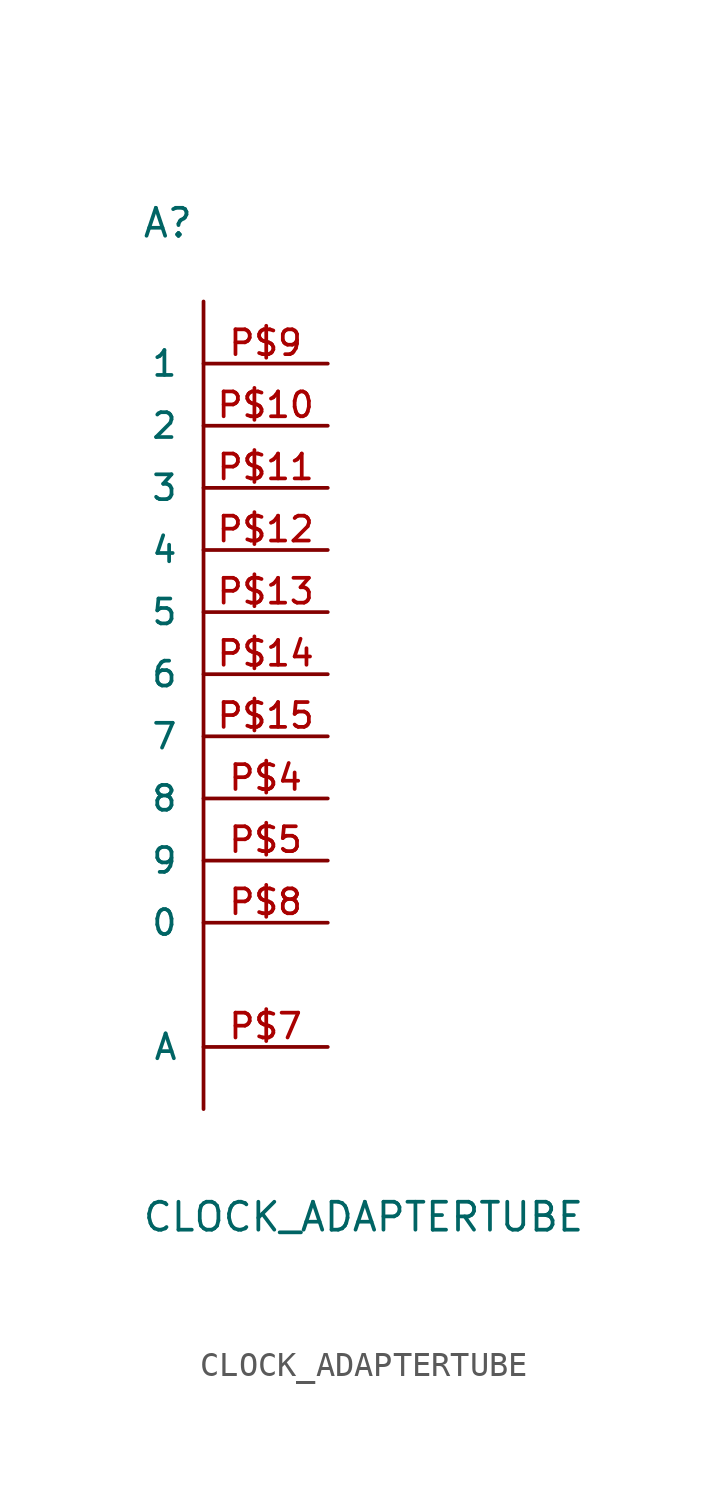
<source format=kicad_sym>
(kicad_symbol_lib
  (version 20211014)
  (generator kicad_symbol_editor)
  (symbol "CLOCK_ADAPTERTUBE"
    (pin_names
      (offset 1.016))
    (property "Reference" "A"
      (at -2.54 17.78 0)
      (effects (font (size 1.143 1.143)) (justify left bottom)))
    (property "Value" "CLOCK_ADAPTERTUBE"
      (at -2.54 -22.86 0)
      (effects (font (size 1.143 1.143)) (justify left bottom)))
    (property "ki_locked" ""
      (at 0 0 0)
      (effects (font (size 1.27 1.27))))
    (symbol "CLOCK_ADAPTERTUBE_1_0"
      (polyline (pts (xy 0 15.24) (xy 0 -17.78)) (stroke (width 0) (type default) (color 0 0 0 0)) (fill (type none))))
    (symbol "CLOCK_ADAPTERTUBE_1_1"
      (pin passive line (at 5.08 10.16 180) (length 5.08) (name "2" (effects (font (size 1.016 1.016)))) (number "P$10" (effects (font (size 1.016 1.016)))))
      (pin passive line (at 5.08 7.62 180) (length 5.08) (name "3" (effects (font (size 1.016 1.016)))) (number "P$11" (effects (font (size 1.016 1.016)))))
      (pin passive line (at 5.08 5.08 180) (length 5.08) (name "4" (effects (font (size 1.016 1.016)))) (number "P$12" (effects (font (size 1.016 1.016)))))
      (pin passive line (at 5.08 2.54 180) (length 5.08) (name "5" (effects (font (size 1.016 1.016)))) (number "P$13" (effects (font (size 1.016 1.016)))))
      (pin passive line (at 5.08 0 180) (length 5.08) (name "6" (effects (font (size 1.016 1.016)))) (number "P$14" (effects (font (size 1.016 1.016)))))
      (pin passive line (at 5.08 -2.54 180) (length 5.08) (name "7" (effects (font (size 1.016 1.016)))) (number "P$15" (effects (font (size 1.016 1.016)))))
      (pin passive line (at 5.08 -5.08 180) (length 5.08) (name "8" (effects (font (size 1.016 1.016)))) (number "P$4" (effects (font (size 1.016 1.016)))))
      (pin passive line (at 5.08 -7.62 180) (length 5.08) (name "9" (effects (font (size 1.016 1.016)))) (number "P$5" (effects (font (size 1.016 1.016)))))
      (pin passive line (at 5.08 -15.24 180) (length 5.08) (name "A" (effects (font (size 1.016 1.016)))) (number "P$7" (effects (font (size 1.016 1.016)))))
      (pin passive line (at 5.08 -10.16 180) (length 5.08) (name "0" (effects (font (size 1.016 1.016)))) (number "P$8" (effects (font (size 1.016 1.016)))))
      (pin passive line (at 5.08 12.7 180) (length 5.08) (name "1" (effects (font (size 1.016 1.016)))) (number "P$9" (effects (font (size 1.016 1.016))))))))
</source>
